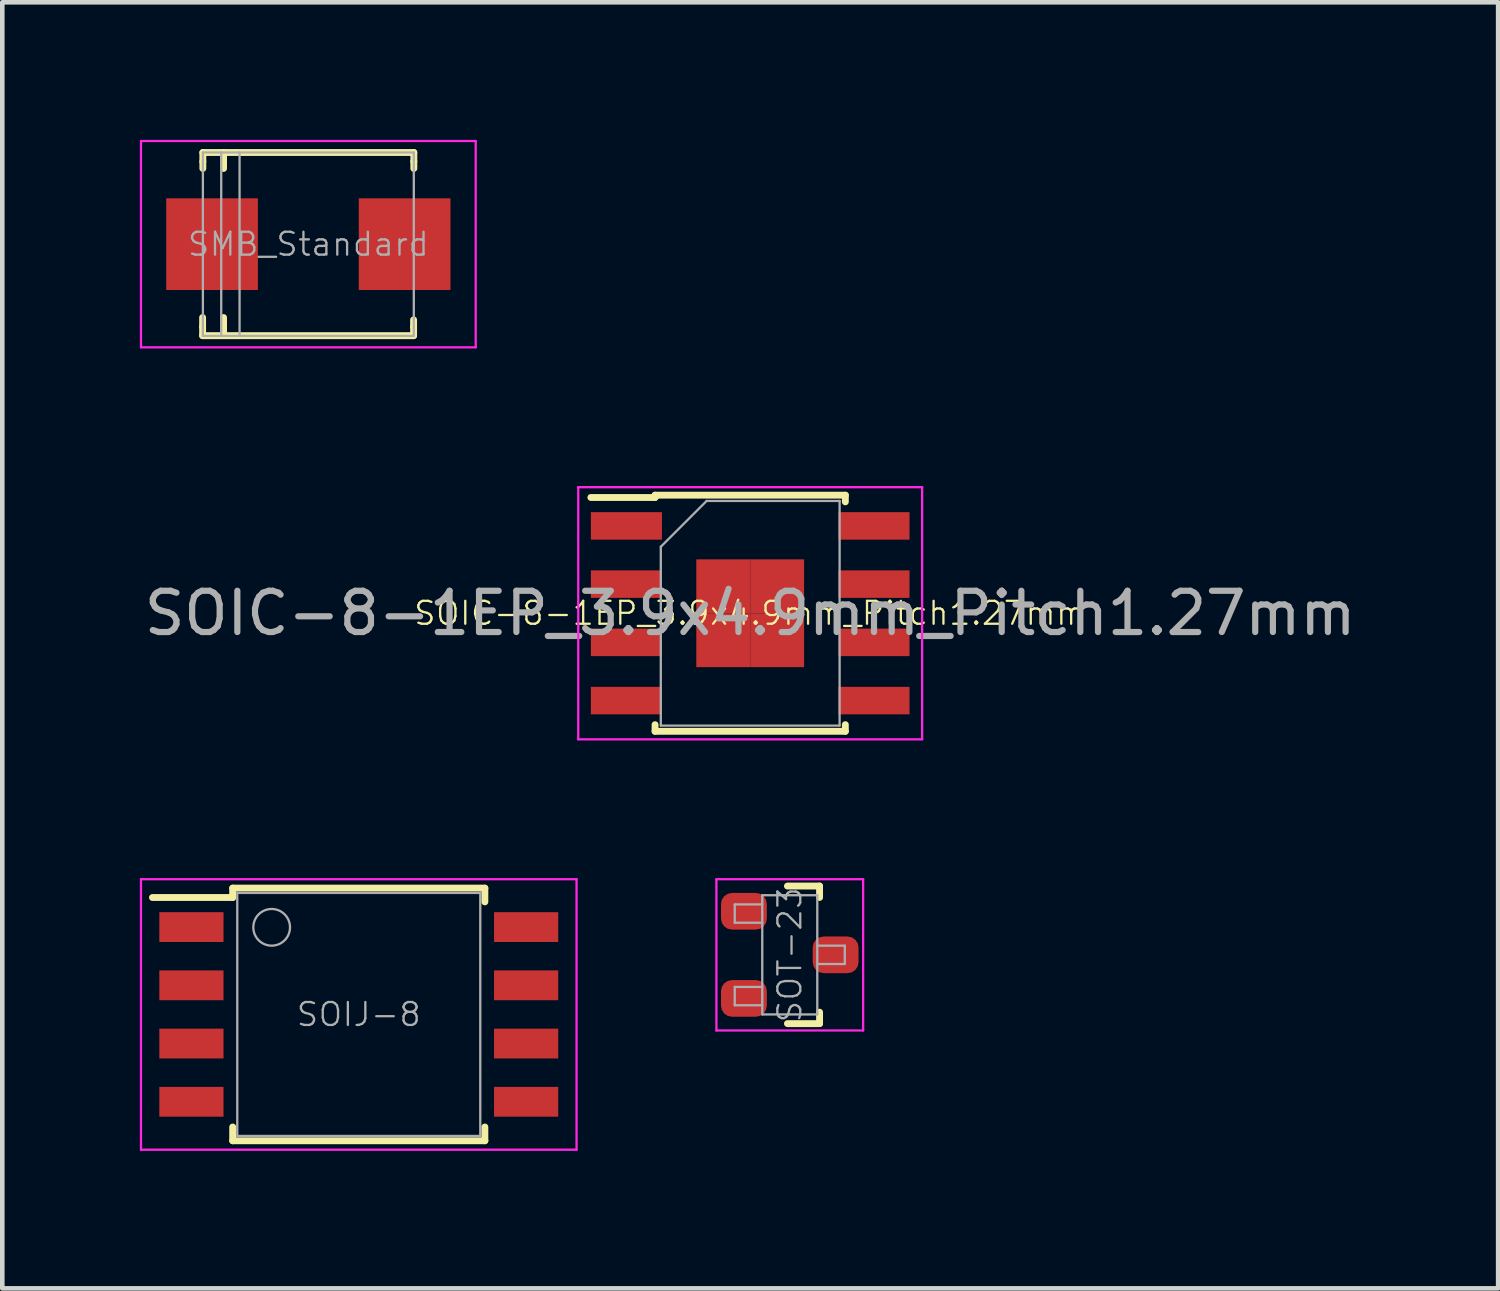
<source format=kicad_pcb>
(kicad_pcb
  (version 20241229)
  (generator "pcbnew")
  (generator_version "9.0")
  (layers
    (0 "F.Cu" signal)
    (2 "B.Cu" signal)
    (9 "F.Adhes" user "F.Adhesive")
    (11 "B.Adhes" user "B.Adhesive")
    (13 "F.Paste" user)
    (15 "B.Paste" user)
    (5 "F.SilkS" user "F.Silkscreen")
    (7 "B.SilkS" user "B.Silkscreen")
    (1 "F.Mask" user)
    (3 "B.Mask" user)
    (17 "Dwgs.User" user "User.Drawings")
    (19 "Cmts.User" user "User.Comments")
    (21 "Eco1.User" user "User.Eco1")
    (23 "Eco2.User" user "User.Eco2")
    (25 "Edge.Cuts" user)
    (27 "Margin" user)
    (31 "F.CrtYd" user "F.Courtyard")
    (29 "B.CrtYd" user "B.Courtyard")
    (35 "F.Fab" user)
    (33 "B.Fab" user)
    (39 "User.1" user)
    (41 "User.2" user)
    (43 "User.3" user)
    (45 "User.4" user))
  (footprint "SMB_Standard"
    (layer "F.Cu")
    (at 3.675 2.275)
    (property "Reference" "SMB_Standard" (at 0 0 0) (layer "F.Fab") (effects (font (size 0.5 0.5) (thickness 0.05))))
    (attr smd)
    (fp_line (start -2.306 1.8) (end -2.306 1.6) (stroke (width 0.15) (type solid)) (layer "F.SilkS"))
    (fp_line (start -2.306 1.996) (end -2.306 1.798) (stroke (width 0.15) (type solid)) (layer "F.SilkS"))
    (fp_line (start -2.306 1.996) (end 2.296 1.996) (stroke (width 0.15) (type solid)) (layer "F.SilkS"))
    (fp_line (start -2.301 -1.999) (end -2.301 -1.801) (stroke (width 0.15) (type solid)) (layer "F.SilkS"))
    (fp_line (start -2.301 -1.999) (end 2.301 -1.999) (stroke (width 0.15) (type solid)) (layer "F.SilkS"))
    (fp_line (start -2.301 -1.8) (end -2.301 -1.651) (stroke (width 0.15) (type solid)) (layer "F.SilkS"))
    (fp_line (start -1.849 -1.999) (end -1.849 -1.801) (stroke (width 0.15) (type solid)) (layer "F.SilkS"))
    (fp_line (start -1.849 -1.8) (end -1.849 -1.651) (stroke (width 0.15) (type solid)) (layer "F.SilkS"))
    (fp_line (start -1.849 1.75) (end -1.849 1.601) (stroke (width 0.15) (type solid)) (layer "F.SilkS"))
    (fp_line (start -1.849 1.949) (end -1.849 1.751) (stroke (width 0.15) (type solid)) (layer "F.SilkS"))
    (fp_line (start 2.296 1.8) (end 2.296 1.651) (stroke (width 0.15) (type solid)) (layer "F.SilkS"))
    (fp_line (start 2.296 1.996) (end 2.296 1.798) (stroke (width 0.15) (type solid)) (layer "F.SilkS"))
    (fp_line (start 2.301 -1.999) (end 2.301 -1.801) (stroke (width 0.15) (type solid)) (layer "F.SilkS"))
    (fp_line (start 2.301 -1.8) (end 2.301 -1.651) (stroke (width 0.15) (type solid)) (layer "F.SilkS"))
    (fp_line (start -3.65 -2.25) (end 3.65 -2.25) (stroke (width 0.05) (type solid)) (layer "F.CrtYd"))
    (fp_line (start -3.65 2.25) (end -3.65 -2.25) (stroke (width 0.05) (type solid)) (layer "F.CrtYd"))
    (fp_line (start 3.65 -2.25) (end 3.65 2.25) (stroke (width 0.05) (type solid)) (layer "F.CrtYd"))
    (fp_line (start 3.65 2.25) (end -3.65 2.25) (stroke (width 0.05) (type solid)) (layer "F.CrtYd"))
    (fp_line (start -2.3 -2) (end -2.3 2) (stroke (width 0.05) (type solid)) (layer "F.Fab"))
    (fp_line (start -2.3 2) (end 2.3 2) (stroke (width 0.05) (type solid)) (layer "F.Fab"))
    (fp_line (start -1.9 -2) (end -1.9 2) (stroke (width 0.05) (type solid)) (layer "F.Fab"))
    (fp_line (start -1.5 2) (end -1.5 -2) (stroke (width 0.05) (type solid)) (layer "F.Fab"))
    (fp_line (start 2.3 -2) (end -2.3 -2) (stroke (width 0.05) (type solid)) (layer "F.Fab"))
    (fp_line (start 2.3 2) (end 2.3 -2) (stroke (width 0.05) (type solid)) (layer "F.Fab"))
    (pad "1" smd rect (at -2.1 0) (size 2 2) (layers "F.Cu" "F.Mask" "F.Paste"))
    (pad "2" smd rect (at 2.1 0) (size 2 2) (layers "F.Cu" "F.Mask" "F.Paste")))
  (footprint "SOIJ-8"
    (layer "F.Cu")
    (at 4.775 19.075)
    (property "Reference" "SOIJ-8" (at 0 0 0) (layer "F.Fab") (effects (font (size 0.5 0.5) (thickness 0.05))))
    (attr smd)
    (fp_line (start -2.75 -2.755) (end -2.75 -2.55) (stroke (width 0.15) (type solid)) (layer "F.SilkS"))
    (fp_line (start -2.75 -2.755) (end 2.75 -2.755) (stroke (width 0.15) (type solid)) (layer "F.SilkS"))
    (fp_line (start -2.75 -2.55) (end -4.5 -2.55) (stroke (width 0.15) (type solid)) (layer "F.SilkS"))
    (fp_line (start -2.75 2.755) (end -2.75 2.455) (stroke (width 0.15) (type solid)) (layer "F.SilkS"))
    (fp_line (start -2.75 2.755) (end 2.75 2.755) (stroke (width 0.15) (type solid)) (layer "F.SilkS"))
    (fp_line (start 2.75 -2.755) (end 2.75 -2.455) (stroke (width 0.15) (type solid)) (layer "F.SilkS"))
    (fp_line (start 2.75 2.755) (end 2.75 2.455) (stroke (width 0.15) (type solid)) (layer "F.SilkS"))
    (fp_line (start -4.75 -2.95) (end -4.75 2.95) (stroke (width 0.05) (type solid)) (layer "F.CrtYd"))
    (fp_line (start -4.75 -2.95) (end 4.75 -2.95) (stroke (width 0.05) (type solid)) (layer "F.CrtYd"))
    (fp_line (start -4.75 2.95) (end 4.75 2.95) (stroke (width 0.05) (type solid)) (layer "F.CrtYd"))
    (fp_line (start 4.75 -2.95) (end 4.75 2.95) (stroke (width 0.05) (type solid)) (layer "F.CrtYd"))
    (fp_line (start -2.65 -2.65) (end 2.65 -2.65) (stroke (width 0.05) (type solid)) (layer "F.Fab"))
    (fp_line (start -2.65 2.65) (end -2.65 -2.65) (stroke (width 0.05) (type solid)) (layer "F.Fab"))
    (fp_line (start 2.65 -2.65) (end 2.65 2.65) (stroke (width 0.05) (type solid)) (layer "F.Fab"))
    (fp_line (start 2.65 2.65) (end -2.65 2.65) (stroke (width 0.05) (type solid)) (layer "F.Fab"))
    (fp_circle (center -1.9 -1.9) (end -2.3 -1.9) (stroke (width 0.05) (type solid)) (fill no) (layer "F.Fab"))
    (pad "1" smd rect (at -3.65 -1.905) (size 1.4 0.65) (layers "F.Cu" "F.Mask" "F.Paste"))
    (pad "2" smd rect (at -3.65 -0.635) (size 1.4 0.65) (layers "F.Cu" "F.Mask" "F.Paste"))
    (pad "3" smd rect (at -3.65 0.635) (size 1.4 0.65) (layers "F.Cu" "F.Mask" "F.Paste"))
    (pad "4" smd rect (at -3.65 1.905) (size 1.4 0.65) (layers "F.Cu" "F.Mask" "F.Paste"))
    (pad "5" smd rect (at 3.65 1.905) (size 1.4 0.65) (layers "F.Cu" "F.Mask" "F.Paste"))
    (pad "6" smd rect (at 3.65 0.635) (size 1.4 0.65) (layers "F.Cu" "F.Mask" "F.Paste"))
    (pad "7" smd rect (at 3.65 -0.635) (size 1.4 0.65) (layers "F.Cu" "F.Mask" "F.Paste"))
    (pad "8" smd rect (at 3.65 -1.905) (size 1.4 0.65) (layers "F.Cu" "F.Mask" "F.Paste")))
  (footprint "SOIC-8-1EP_3.9x4.9mm_Pitch1.27mm"
    (layer "F.Cu")
    (at 13.312 10.325)
    (property "Reference" "SOIC-8-1EP_3.9x4.9mm_Pitch1.27mm" (at 0 0 0) (layer "F.SilkS") (effects (font (size 0.5 0.5) (thickness 0.05))))
    (attr smd)
    (fp_line (start -2.075 -2.575) (end -2.075 -2.525) (stroke (width 0.15) (type solid)) (layer "F.SilkS"))
    (fp_line (start -2.075 -2.575) (end 2.075 -2.575) (stroke (width 0.15) (type solid)) (layer "F.SilkS"))
    (fp_line (start -2.075 -2.525) (end -3.475 -2.525) (stroke (width 0.15) (type solid)) (layer "F.SilkS"))
    (fp_line (start -2.075 2.575) (end -2.075 2.43) (stroke (width 0.15) (type solid)) (layer "F.SilkS"))
    (fp_line (start -2.075 2.575) (end 2.075 2.575) (stroke (width 0.15) (type solid)) (layer "F.SilkS"))
    (fp_line (start 2.075 -2.575) (end 2.075 -2.43) (stroke (width 0.15) (type solid)) (layer "F.SilkS"))
    (fp_line (start 2.075 2.575) (end 2.075 2.43) (stroke (width 0.15) (type solid)) (layer "F.SilkS"))
    (fp_line (start -3.75 -2.75) (end -3.75 2.75) (stroke (width 0.05) (type solid)) (layer "F.CrtYd"))
    (fp_line (start -3.75 -2.75) (end 3.75 -2.75) (stroke (width 0.05) (type solid)) (layer "F.CrtYd"))
    (fp_line (start -3.75 2.75) (end 3.75 2.75) (stroke (width 0.05) (type solid)) (layer "F.CrtYd"))
    (fp_line (start 3.75 -2.75) (end 3.75 2.75) (stroke (width 0.05) (type solid)) (layer "F.CrtYd"))
    (fp_line (start -1.95 -1.45) (end -0.95 -2.45) (stroke (width 0.05) (type solid)) (layer "F.Fab"))
    (fp_line (start -1.95 2.45) (end -1.95 -1.45) (stroke (width 0.05) (type solid)) (layer "F.Fab"))
    (fp_line (start -0.95 -2.45) (end 1.95 -2.45) (stroke (width 0.05) (type solid)) (layer "F.Fab"))
    (fp_line (start 1.95 -2.45) (end 1.95 2.45) (stroke (width 0.05) (type solid)) (layer "F.Fab"))
    (fp_line (start 1.95 2.45) (end -1.95 2.45) (stroke (width 0.05) (type solid)) (layer "F.Fab"))
    (fp_text user "${REFERENCE}" (at 0 0 0) (layer "F.Fab") (effects (font (size 0.9 0.9) (thickness 0.135))))
    (pad "1" smd rect (at -2.7 -1.905) (size 1.55 0.6) (layers "F.Cu" "F.Mask" "F.Paste"))
    (pad "2" smd rect (at -2.7 -0.635) (size 1.55 0.6) (layers "F.Cu" "F.Mask" "F.Paste"))
    (pad "3" smd rect (at -2.7 0.635) (size 1.55 0.6) (layers "F.Cu" "F.Mask" "F.Paste"))
    (pad "4" smd rect (at -2.7 1.905) (size 1.55 0.6) (layers "F.Cu" "F.Mask" "F.Paste"))
    (pad "5" smd rect (at 2.7 1.905) (size 1.55 0.6) (layers "F.Cu" "F.Mask" "F.Paste"))
    (pad "6" smd rect (at 2.7 0.635) (size 1.55 0.6) (layers "F.Cu" "F.Mask" "F.Paste"))
    (pad "7" smd rect (at 2.7 -0.635) (size 1.55 0.6) (layers "F.Cu" "F.Mask" "F.Paste"))
    (pad "8" smd rect (at 2.7 -1.905) (size 1.55 0.6) (layers "F.Cu" "F.Mask" "F.Paste"))
    (pad "9" smd rect (at -0.588 -0.588) (size 1.175 1.175) (layers "F.Cu" "F.Mask" "F.Paste"))
    (pad "9" smd rect (at -0.588 0.588) (size 1.175 1.175) (layers "F.Cu" "F.Mask" "F.Paste"))
    (pad "9" smd rect (at 0.588 -0.588) (size 1.175 1.175) (layers "F.Cu" "F.Mask" "F.Paste"))
    (pad "9" smd rect (at 0.588 0.588) (size 1.175 1.175) (layers "F.Cu" "F.Mask" "F.Paste")))
  (footprint "SOT-23"
    (layer "F.Cu")
    (at 14.175 17.775)
    (property "Reference" "SOT-23" (at 0 0 270) (layer "F.Fab") (effects (font (size 0.5 0.5) (thickness 0.05))))
    (attr smd)
    (fp_line (start -0.051 -1.5) (end 0.65 -1.5) (stroke (width 0.15) (type solid)) (layer "F.SilkS"))
    (fp_line (start 0.65 -1.5) (end 0.65 -1.251) (stroke (width 0.15) (type solid)) (layer "F.SilkS"))
    (fp_line (start 0.65 1.299) (end 0.65 1.251) (stroke (width 0.15) (type solid)) (layer "F.SilkS"))
    (fp_line (start 0.65 1.299) (end 0.65 1.5) (stroke (width 0.15) (type solid)) (layer "F.SilkS"))
    (fp_line (start 0.65 1.5) (end -0.051 1.5) (stroke (width 0.15) (type solid)) (layer "F.SilkS"))
    (fp_line (start -1.6 -1.65) (end 1.6 -1.65) (stroke (width 0.05) (type solid)) (layer "F.CrtYd"))
    (fp_line (start -1.6 1.65) (end -1.6 -1.65) (stroke (width 0.05) (type solid)) (layer "F.CrtYd"))
    (fp_line (start 1.6 -1.65) (end 1.6 1.65) (stroke (width 0.05) (type solid)) (layer "F.CrtYd"))
    (fp_line (start 1.6 1.65) (end -1.6 1.65) (stroke (width 0.05) (type solid)) (layer "F.CrtYd"))
    (fp_line (start -1.2 -1.1) (end -1.2 -0.7) (stroke (width 0.05) (type solid)) (layer "F.Fab"))
    (fp_line (start -1.2 -0.7) (end -0.6 -0.7) (stroke (width 0.05) (type solid)) (layer "F.Fab"))
    (fp_line (start -1.2 0.7) (end -0.6 0.7) (stroke (width 0.05) (type solid)) (layer "F.Fab"))
    (fp_line (start -1.2 1.1) (end -1.2 0.7) (stroke (width 0.05) (type solid)) (layer "F.Fab"))
    (fp_line (start -0.6 -1.3) (end 0.6 -1.3) (stroke (width 0.05) (type solid)) (layer "F.Fab"))
    (fp_line (start -0.6 -1.1) (end -1.2 -1.1) (stroke (width 0.05) (type solid)) (layer "F.Fab"))
    (fp_line (start -0.6 1.1) (end -1.2 1.1) (stroke (width 0.05) (type solid)) (layer "F.Fab"))
    (fp_line (start -0.6 1.3) (end -0.6 -1.3) (stroke (width 0.05) (type solid)) (layer "F.Fab"))
    (fp_line (start 0.6 -1.3) (end 0.6 1.3) (stroke (width 0.05) (type solid)) (layer "F.Fab"))
    (fp_line (start 0.6 -0.2) (end 1.2 -0.2) (stroke (width 0.05) (type solid)) (layer "F.Fab"))
    (fp_line (start 0.6 1.3) (end -0.6 1.3) (stroke (width 0.05) (type solid)) (layer "F.Fab"))
    (fp_line (start 1.2 -0.2) (end 1.2 0.2) (stroke (width 0.05) (type solid)) (layer "F.Fab"))
    (fp_line (start 1.2 0.2) (end 0.6 0.2) (stroke (width 0.05) (type solid)) (layer "F.Fab"))
    (pad "1" smd roundrect (at -1 -0.95 270) (size 0.8 1) (layers "F.Cu" "F.Mask" "F.Paste") (roundrect_rratio 0.3))
    (pad "2" smd roundrect (at -1 0.95 270) (size 0.8 1) (layers "F.Cu" "F.Mask" "F.Paste") (roundrect_rratio 0.3))
    (pad "3" smd roundrect (at 1 0 270) (size 0.8 1) (layers "F.Cu" "F.Mask" "F.Paste") (roundrect_rratio 0.3)))
  (gr_rect
    (start -3 -3)
    (end 29.625 25.05)
    (stroke (width 0.1) (type default))
    (fill no)
    (layer "Edge.Cuts")))
</source>
